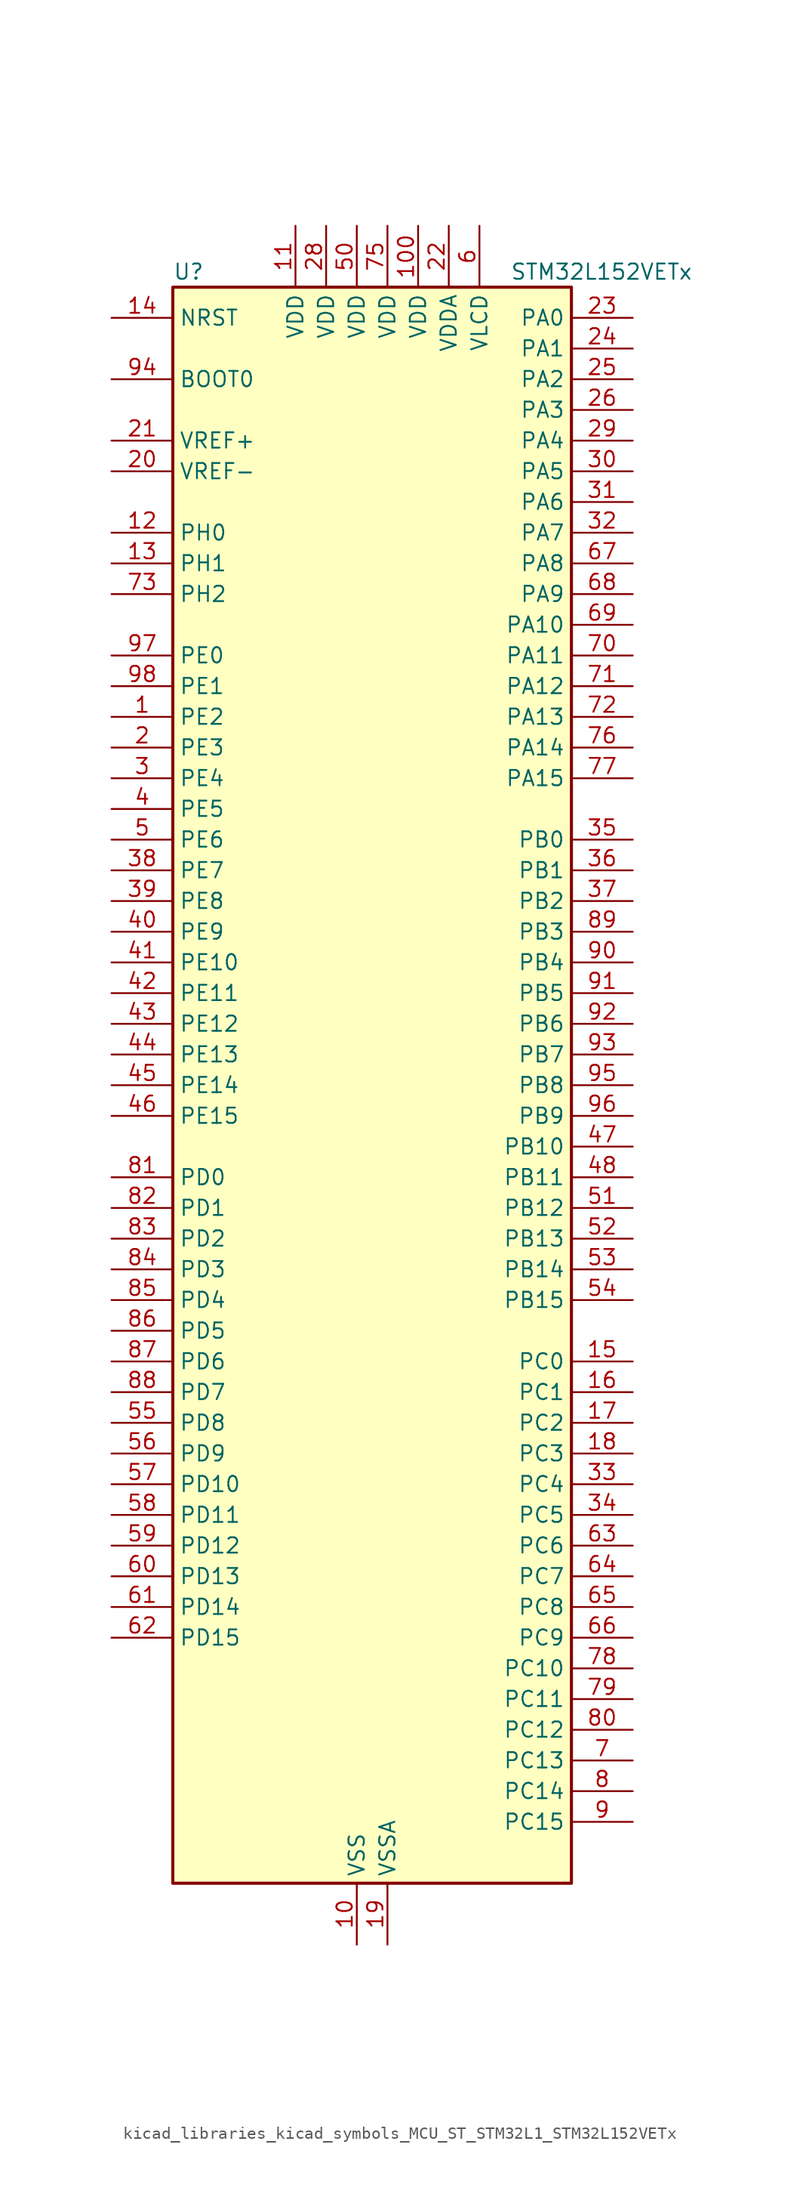
<source format=kicad_sym>
(kicad_symbol_lib
  (version 20220914)
  (generator kicad_symbol_editor)
  (symbol "kicad_libraries_kicad_symbols_MCU_ST_STM32L1_STM32L152VETx"
    (property "Reference" "U"
      (at -15.24 67.31 0)
      (effects (font (size 1.27 1.27)) (justify left)))
    (property "Value" "STM32L152VETx"
      (at 12.7 67.31 0)
      (effects (font (size 1.27 1.27)) (justify left)))
    (property "ki_locked" ""
      (at 0 0 0)
      (effects (font (size 1.27 1.27))))
    (symbol "kicad_libraries_kicad_symbols_MCU_ST_STM32L1_STM32L152VETx_0_1"
      (rectangle (start -15.24 -66.04) (end 17.78 66.04) (stroke (width 0.254) (type default)) (fill (type background))))
    (symbol "kicad_libraries_kicad_symbols_MCU_ST_STM32L1_STM32L152VETx_1_1"
      (pin bidirectional line (at -20.32 30.48 0) (length 5.08) (name "PE2" (effects (font (size 1.27 1.27)))) (number "1" (effects (font (size 1.27 1.27)))) (alternate "LCD_SEG38" bidirectional line) (alternate "SYS_TRACECK" bidirectional line) (alternate "TIM3_ETR" bidirectional line) (alternate "TIMX_IC3" bidirectional line))
      (pin power_in line (at 0 -71.12 90) (length 5.08) (name "VSS" (effects (font (size 1.27 1.27)))) (number "10" (effects (font (size 1.27 1.27)))))
      (pin power_in line (at 5.08 71.12 270) (length 5.08) (name "VDD" (effects (font (size 1.27 1.27)))) (number "100" (effects (font (size 1.27 1.27)))))
      (pin power_in line (at -5.08 71.12 270) (length 5.08) (name "VDD" (effects (font (size 1.27 1.27)))) (number "11" (effects (font (size 1.27 1.27)))))
      (pin bidirectional line (at -20.32 45.72 0) (length 5.08) (name "PH0" (effects (font (size 1.27 1.27)))) (number "12" (effects (font (size 1.27 1.27)))) (alternate "RCC_OSC_IN" bidirectional line))
      (pin bidirectional line (at -20.32 43.18 0) (length 5.08) (name "PH1" (effects (font (size 1.27 1.27)))) (number "13" (effects (font (size 1.27 1.27)))) (alternate "RCC_OSC_OUT" bidirectional line))
      (pin input line (at -20.32 63.5 0) (length 5.08) (name "NRST" (effects (font (size 1.27 1.27)))) (number "14" (effects (font (size 1.27 1.27)))))
      (pin bidirectional line (at 22.86 -22.86 180) (length 5.08) (name "PC0" (effects (font (size 1.27 1.27)))) (number "15" (effects (font (size 1.27 1.27)))) (alternate "ADC_IN10" bidirectional line) (alternate "COMP1_INP" bidirectional line) (alternate "LCD_SEG18" bidirectional line) (alternate "TIMX_IC1" bidirectional line) (alternate "TS_G8_IO1" bidirectional line))
      (pin bidirectional line (at 22.86 -25.4 180) (length 5.08) (name "PC1" (effects (font (size 1.27 1.27)))) (number "16" (effects (font (size 1.27 1.27)))) (alternate "ADC_IN11" bidirectional line) (alternate "COMP1_INP" bidirectional line) (alternate "LCD_SEG19" bidirectional line) (alternate "TIMX_IC2" bidirectional line) (alternate "TS_G8_IO2" bidirectional line))
      (pin bidirectional line (at 22.86 -27.94 180) (length 5.08) (name "PC2" (effects (font (size 1.27 1.27)))) (number "17" (effects (font (size 1.27 1.27)))) (alternate "ADC_IN12" bidirectional line) (alternate "COMP1_INP" bidirectional line) (alternate "LCD_SEG20" bidirectional line) (alternate "TIMX_IC3" bidirectional line) (alternate "TS_G8_IO3" bidirectional line))
      (pin bidirectional line (at 22.86 -30.48 180) (length 5.08) (name "PC3" (effects (font (size 1.27 1.27)))) (number "18" (effects (font (size 1.27 1.27)))) (alternate "ADC_IN13" bidirectional line) (alternate "COMP1_INP" bidirectional line) (alternate "LCD_SEG21" bidirectional line) (alternate "TIMX_IC4" bidirectional line) (alternate "TS_G8_IO4" bidirectional line))
      (pin power_in line (at 2.54 -71.12 90) (length 5.08) (name "VSSA" (effects (font (size 1.27 1.27)))) (number "19" (effects (font (size 1.27 1.27)))))
      (pin bidirectional line (at -20.32 27.94 0) (length 5.08) (name "PE3" (effects (font (size 1.27 1.27)))) (number "2" (effects (font (size 1.27 1.27)))) (alternate "LCD_SEG39" bidirectional line) (alternate "SYS_TRACED0" bidirectional line) (alternate "TIM3_CH1" bidirectional line) (alternate "TIMX_IC4" bidirectional line))
      (pin input line (at -20.32 50.8 0) (length 5.08) (name "VREF-" (effects (font (size 1.27 1.27)))) (number "20" (effects (font (size 1.27 1.27)))))
      (pin input line (at -20.32 53.34 0) (length 5.08) (name "VREF+" (effects (font (size 1.27 1.27)))) (number "21" (effects (font (size 1.27 1.27)))))
      (pin power_in line (at 7.62 71.12 270) (length 5.08) (name "VDDA" (effects (font (size 1.27 1.27)))) (number "22" (effects (font (size 1.27 1.27)))))
      (pin bidirectional line (at 22.86 63.5 180) (length 5.08) (name "PA0" (effects (font (size 1.27 1.27)))) (number "23" (effects (font (size 1.27 1.27)))) (alternate "ADC_IN0" bidirectional line) (alternate "COMP1_INP" bidirectional line) (alternate "RTC_TAMP2" bidirectional line) (alternate "SYS_WKUP1" bidirectional line) (alternate "TIM2_CH1" bidirectional line) (alternate "TIM2_ETR" bidirectional line) (alternate "TIM5_CH1" bidirectional line) (alternate "TIMX_IC1" bidirectional line) (alternate "TS_G1_IO1" bidirectional line) (alternate "USART2_CTS" bidirectional line))
      (pin bidirectional line (at 22.86 60.96 180) (length 5.08) (name "PA1" (effects (font (size 1.27 1.27)))) (number "24" (effects (font (size 1.27 1.27)))) (alternate "ADC_IN1" bidirectional line) (alternate "COMP1_INP" bidirectional line) (alternate "LCD_SEG0" bidirectional line) (alternate "OPAMP1_VINP" bidirectional line) (alternate "TIM2_CH2" bidirectional line) (alternate "TIM5_CH2" bidirectional line) (alternate "TIMX_IC2" bidirectional line) (alternate "TS_G1_IO2" bidirectional line) (alternate "USART2_RTS" bidirectional line))
      (pin bidirectional line (at 22.86 58.42 180) (length 5.08) (name "PA2" (effects (font (size 1.27 1.27)))) (number "25" (effects (font (size 1.27 1.27)))) (alternate "ADC_IN2" bidirectional line) (alternate "COMP1_INP" bidirectional line) (alternate "LCD_SEG1" bidirectional line) (alternate "OPAMP1_VINM" bidirectional line) (alternate "TIM2_CH3" bidirectional line) (alternate "TIM5_CH3" bidirectional line) (alternate "TIM9_CH1" bidirectional line) (alternate "TIMX_IC3" bidirectional line) (alternate "TS_G1_IO3" bidirectional line) (alternate "USART2_TX" bidirectional line))
      (pin bidirectional line (at 22.86 55.88 180) (length 5.08) (name "PA3" (effects (font (size 1.27 1.27)))) (number "26" (effects (font (size 1.27 1.27)))) (alternate "ADC_IN3" bidirectional line) (alternate "COMP1_INP" bidirectional line) (alternate "LCD_SEG2" bidirectional line) (alternate "OPAMP1_VOUT" bidirectional line) (alternate "TIM2_CH4" bidirectional line) (alternate "TIM5_CH4" bidirectional line) (alternate "TIM9_CH2" bidirectional line) (alternate "TIMX_IC4" bidirectional line) (alternate "TS_G1_IO4" bidirectional line) (alternate "USART2_RX" bidirectional line))
      (pin passive line (at 0 -71.12 90) (length 5.08) hide (name "VSS" (effects (font (size 1.27 1.27)))) (number "27" (effects (font (size 1.27 1.27)))))
      (pin power_in line (at -2.54 71.12 270) (length 5.08) (name "VDD" (effects (font (size 1.27 1.27)))) (number "28" (effects (font (size 1.27 1.27)))))
      (pin bidirectional line (at 22.86 53.34 180) (length 5.08) (name "PA4" (effects (font (size 1.27 1.27)))) (number "29" (effects (font (size 1.27 1.27)))) (alternate "ADC_IN4" bidirectional line) (alternate "COMP1_INP" bidirectional line) (alternate "DAC_OUT1" bidirectional line) (alternate "I2S3_WS" bidirectional line) (alternate "SPI1_NSS" bidirectional line) (alternate "SPI3_NSS" bidirectional line) (alternate "TIMX_IC1" bidirectional line) (alternate "USART2_CK" bidirectional line))
      (pin bidirectional line (at -20.32 25.4 0) (length 5.08) (name "PE4" (effects (font (size 1.27 1.27)))) (number "3" (effects (font (size 1.27 1.27)))) (alternate "SYS_TRACED1" bidirectional line) (alternate "TIM3_CH2" bidirectional line) (alternate "TIMX_IC1" bidirectional line))
      (pin bidirectional line (at 22.86 50.8 180) (length 5.08) (name "PA5" (effects (font (size 1.27 1.27)))) (number "30" (effects (font (size 1.27 1.27)))) (alternate "ADC_IN5" bidirectional line) (alternate "COMP1_INP" bidirectional line) (alternate "DAC_OUT2" bidirectional line) (alternate "SPI1_SCK" bidirectional line) (alternate "TIM2_CH1" bidirectional line) (alternate "TIM2_ETR" bidirectional line) (alternate "TIMX_IC2" bidirectional line))
      (pin bidirectional line (at 22.86 48.26 180) (length 5.08) (name "PA6" (effects (font (size 1.27 1.27)))) (number "31" (effects (font (size 1.27 1.27)))) (alternate "ADC_IN6" bidirectional line) (alternate "COMP1_INP" bidirectional line) (alternate "LCD_SEG3" bidirectional line) (alternate "OPAMP2_VINP" bidirectional line) (alternate "SPI1_MISO" bidirectional line) (alternate "TIM10_CH1" bidirectional line) (alternate "TIM3_CH1" bidirectional line) (alternate "TIMX_IC3" bidirectional line) (alternate "TS_G2_IO1" bidirectional line))
      (pin bidirectional line (at 22.86 45.72 180) (length 5.08) (name "PA7" (effects (font (size 1.27 1.27)))) (number "32" (effects (font (size 1.27 1.27)))) (alternate "ADC_IN7" bidirectional line) (alternate "COMP1_INP" bidirectional line) (alternate "LCD_SEG4" bidirectional line) (alternate "OPAMP2_VINM" bidirectional line) (alternate "SPI1_MOSI" bidirectional line) (alternate "TIM11_CH1" bidirectional line) (alternate "TIM3_CH2" bidirectional line) (alternate "TIMX_IC4" bidirectional line) (alternate "TS_G2_IO2" bidirectional line))
      (pin bidirectional line (at 22.86 -33.02 180) (length 5.08) (name "PC4" (effects (font (size 1.27 1.27)))) (number "33" (effects (font (size 1.27 1.27)))) (alternate "ADC_IN14" bidirectional line) (alternate "COMP1_INP" bidirectional line) (alternate "LCD_SEG22" bidirectional line) (alternate "TIMX_IC1" bidirectional line) (alternate "TS_G9_IO1" bidirectional line))
      (pin bidirectional line (at 22.86 -35.56 180) (length 5.08) (name "PC5" (effects (font (size 1.27 1.27)))) (number "34" (effects (font (size 1.27 1.27)))) (alternate "ADC_IN15" bidirectional line) (alternate "COMP1_INP" bidirectional line) (alternate "LCD_SEG23" bidirectional line) (alternate "TIMX_IC2" bidirectional line) (alternate "TS_G9_IO2" bidirectional line))
      (pin bidirectional line (at 22.86 20.32 180) (length 5.08) (name "PB0" (effects (font (size 1.27 1.27)))) (number "35" (effects (font (size 1.27 1.27)))) (alternate "ADC_IN8" bidirectional line) (alternate "COMP1_INP" bidirectional line) (alternate "LCD_SEG5" bidirectional line) (alternate "OPAMP2_VOUT" bidirectional line) (alternate "SYS_V_REF_OUT" bidirectional line) (alternate "TIM3_CH3" bidirectional line) (alternate "TS_G3_IO1" bidirectional line))
      (pin bidirectional line (at 22.86 17.78 180) (length 5.08) (name "PB1" (effects (font (size 1.27 1.27)))) (number "36" (effects (font (size 1.27 1.27)))) (alternate "ADC_IN9" bidirectional line) (alternate "COMP1_INP" bidirectional line) (alternate "LCD_SEG6" bidirectional line) (alternate "SYS_V_REF_OUT" bidirectional line) (alternate "TIM3_CH4" bidirectional line) (alternate "TS_G3_IO2" bidirectional line))
      (pin bidirectional line (at 22.86 15.24 180) (length 5.08) (name "PB2" (effects (font (size 1.27 1.27)))) (number "37" (effects (font (size 1.27 1.27)))) (alternate "ADC_IN0b" bidirectional line) (alternate "TS_G3_IO3" bidirectional line))
      (pin bidirectional line (at -20.32 17.78 0) (length 5.08) (name "PE7" (effects (font (size 1.27 1.27)))) (number "38" (effects (font (size 1.27 1.27)))) (alternate "ADC_IN22" bidirectional line) (alternate "COMP1_INP" bidirectional line) (alternate "TIMX_IC4" bidirectional line))
      (pin bidirectional line (at -20.32 15.24 0) (length 5.08) (name "PE8" (effects (font (size 1.27 1.27)))) (number "39" (effects (font (size 1.27 1.27)))) (alternate "ADC_IN23" bidirectional line) (alternate "COMP1_INP" bidirectional line) (alternate "TIMX_IC1" bidirectional line))
      (pin bidirectional line (at -20.32 22.86 0) (length 5.08) (name "PE5" (effects (font (size 1.27 1.27)))) (number "4" (effects (font (size 1.27 1.27)))) (alternate "SYS_TRACED2" bidirectional line) (alternate "TIM9_CH1" bidirectional line) (alternate "TIMX_IC2" bidirectional line))
      (pin bidirectional line (at -20.32 12.7 0) (length 5.08) (name "PE9" (effects (font (size 1.27 1.27)))) (number "40" (effects (font (size 1.27 1.27)))) (alternate "ADC_IN24" bidirectional line) (alternate "COMP1_INP" bidirectional line) (alternate "DAC_EXTI9" bidirectional line) (alternate "TIM2_CH1" bidirectional line) (alternate "TIM2_ETR" bidirectional line) (alternate "TIMX_IC2" bidirectional line))
      (pin bidirectional line (at -20.32 10.16 0) (length 5.08) (name "PE10" (effects (font (size 1.27 1.27)))) (number "41" (effects (font (size 1.27 1.27)))) (alternate "ADC_IN25" bidirectional line) (alternate "COMP1_INP" bidirectional line) (alternate "TIM2_CH2" bidirectional line) (alternate "TIMX_IC3" bidirectional line))
      (pin bidirectional line (at -20.32 7.62 0) (length 5.08) (name "PE11" (effects (font (size 1.27 1.27)))) (number "42" (effects (font (size 1.27 1.27)))) (alternate "ADC_EXTI11" bidirectional line) (alternate "TIM2_CH3" bidirectional line) (alternate "TIMX_IC4" bidirectional line))
      (pin bidirectional line (at -20.32 5.08 0) (length 5.08) (name "PE12" (effects (font (size 1.27 1.27)))) (number "43" (effects (font (size 1.27 1.27)))) (alternate "SPI1_NSS" bidirectional line) (alternate "TIM2_CH4" bidirectional line) (alternate "TIMX_IC1" bidirectional line))
      (pin bidirectional line (at -20.32 2.54 0) (length 5.08) (name "PE13" (effects (font (size 1.27 1.27)))) (number "44" (effects (font (size 1.27 1.27)))) (alternate "SPI1_SCK" bidirectional line) (alternate "TIMX_IC2" bidirectional line))
      (pin bidirectional line (at -20.32 0 0) (length 5.08) (name "PE14" (effects (font (size 1.27 1.27)))) (number "45" (effects (font (size 1.27 1.27)))) (alternate "SPI1_MISO" bidirectional line) (alternate "TIMX_IC3" bidirectional line))
      (pin bidirectional line (at -20.32 -2.54 0) (length 5.08) (name "PE15" (effects (font (size 1.27 1.27)))) (number "46" (effects (font (size 1.27 1.27)))) (alternate "ADC_EXTI15" bidirectional line) (alternate "SPI1_MOSI" bidirectional line) (alternate "TIMX_IC4" bidirectional line))
      (pin bidirectional line (at 22.86 -5.08 180) (length 5.08) (name "PB10" (effects (font (size 1.27 1.27)))) (number "47" (effects (font (size 1.27 1.27)))) (alternate "I2C2_SCL" bidirectional line) (alternate "LCD_SEG10" bidirectional line) (alternate "TIM2_CH3" bidirectional line) (alternate "USART3_TX" bidirectional line))
      (pin bidirectional line (at 22.86 -7.62 180) (length 5.08) (name "PB11" (effects (font (size 1.27 1.27)))) (number "48" (effects (font (size 1.27 1.27)))) (alternate "ADC_EXTI11" bidirectional line) (alternate "I2C2_SDA" bidirectional line) (alternate "LCD_SEG11" bidirectional line) (alternate "TIM2_CH4" bidirectional line) (alternate "USART3_RX" bidirectional line))
      (pin passive line (at 0 -71.12 90) (length 5.08) hide (name "VSS" (effects (font (size 1.27 1.27)))) (number "49" (effects (font (size 1.27 1.27)))))
      (pin bidirectional line (at -20.32 20.32 0) (length 5.08) (name "PE6" (effects (font (size 1.27 1.27)))) (number "5" (effects (font (size 1.27 1.27)))) (alternate "RTC_TAMP3" bidirectional line) (alternate "SYS_TRACED3" bidirectional line) (alternate "SYS_WKUP3" bidirectional line) (alternate "TIM9_CH2" bidirectional line) (alternate "TIMX_IC3" bidirectional line))
      (pin power_in line (at 0 71.12 270) (length 5.08) (name "VDD" (effects (font (size 1.27 1.27)))) (number "50" (effects (font (size 1.27 1.27)))))
      (pin bidirectional line (at 22.86 -10.16 180) (length 5.08) (name "PB12" (effects (font (size 1.27 1.27)))) (number "51" (effects (font (size 1.27 1.27)))) (alternate "ADC_IN18" bidirectional line) (alternate "COMP1_INP" bidirectional line) (alternate "I2C2_SMBA" bidirectional line) (alternate "I2S2_WS" bidirectional line) (alternate "LCD_SEG12" bidirectional line) (alternate "SPI2_NSS" bidirectional line) (alternate "TIM10_CH1" bidirectional line) (alternate "TS_G7_IO1" bidirectional line) (alternate "USART3_CK" bidirectional line))
      (pin bidirectional line (at 22.86 -12.7 180) (length 5.08) (name "PB13" (effects (font (size 1.27 1.27)))) (number "52" (effects (font (size 1.27 1.27)))) (alternate "ADC_IN19" bidirectional line) (alternate "COMP1_INP" bidirectional line) (alternate "I2S2_CK" bidirectional line) (alternate "LCD_SEG13" bidirectional line) (alternate "SPI2_SCK" bidirectional line) (alternate "TIM9_CH1" bidirectional line) (alternate "TS_G7_IO2" bidirectional line) (alternate "USART3_CTS" bidirectional line))
      (pin bidirectional line (at 22.86 -15.24 180) (length 5.08) (name "PB14" (effects (font (size 1.27 1.27)))) (number "53" (effects (font (size 1.27 1.27)))) (alternate "ADC_IN20" bidirectional line) (alternate "COMP1_INP" bidirectional line) (alternate "LCD_SEG14" bidirectional line) (alternate "SPI2_MISO" bidirectional line) (alternate "TIM9_CH2" bidirectional line) (alternate "TS_G7_IO3" bidirectional line) (alternate "USART3_RTS" bidirectional line))
      (pin bidirectional line (at 22.86 -17.78 180) (length 5.08) (name "PB15" (effects (font (size 1.27 1.27)))) (number "54" (effects (font (size 1.27 1.27)))) (alternate "ADC_EXTI15" bidirectional line) (alternate "ADC_IN21" bidirectional line) (alternate "COMP1_INP" bidirectional line) (alternate "I2S2_SD" bidirectional line) (alternate "LCD_SEG15" bidirectional line) (alternate "RTC_REFIN" bidirectional line) (alternate "SPI2_MOSI" bidirectional line) (alternate "TIM11_CH1" bidirectional line) (alternate "TS_G7_IO4" bidirectional line))
      (pin bidirectional line (at -20.32 -27.94 0) (length 5.08) (name "PD8" (effects (font (size 1.27 1.27)))) (number "55" (effects (font (size 1.27 1.27)))) (alternate "LCD_SEG28" bidirectional line) (alternate "TIMX_IC1" bidirectional line) (alternate "USART3_TX" bidirectional line))
      (pin bidirectional line (at -20.32 -30.48 0) (length 5.08) (name "PD9" (effects (font (size 1.27 1.27)))) (number "56" (effects (font (size 1.27 1.27)))) (alternate "DAC_EXTI9" bidirectional line) (alternate "LCD_SEG29" bidirectional line) (alternate "TIMX_IC2" bidirectional line) (alternate "USART3_RX" bidirectional line))
      (pin bidirectional line (at -20.32 -33.02 0) (length 5.08) (name "PD10" (effects (font (size 1.27 1.27)))) (number "57" (effects (font (size 1.27 1.27)))) (alternate "LCD_SEG30" bidirectional line) (alternate "TIMX_IC3" bidirectional line) (alternate "USART3_CK" bidirectional line))
      (pin bidirectional line (at -20.32 -35.56 0) (length 5.08) (name "PD11" (effects (font (size 1.27 1.27)))) (number "58" (effects (font (size 1.27 1.27)))) (alternate "ADC_EXTI11" bidirectional line) (alternate "LCD_SEG31" bidirectional line) (alternate "TIMX_IC4" bidirectional line) (alternate "USART3_CTS" bidirectional line))
      (pin bidirectional line (at -20.32 -38.1 0) (length 5.08) (name "PD12" (effects (font (size 1.27 1.27)))) (number "59" (effects (font (size 1.27 1.27)))) (alternate "LCD_SEG32" bidirectional line) (alternate "TIM4_CH1" bidirectional line) (alternate "TIMX_IC1" bidirectional line) (alternate "USART3_RTS" bidirectional line))
      (pin power_in line (at 10.16 71.12 270) (length 5.08) (name "VLCD" (effects (font (size 1.27 1.27)))) (number "6" (effects (font (size 1.27 1.27)))))
      (pin bidirectional line (at -20.32 -40.64 0) (length 5.08) (name "PD13" (effects (font (size 1.27 1.27)))) (number "60" (effects (font (size 1.27 1.27)))) (alternate "LCD_SEG33" bidirectional line) (alternate "TIM4_CH2" bidirectional line) (alternate "TIMX_IC2" bidirectional line))
      (pin bidirectional line (at -20.32 -43.18 0) (length 5.08) (name "PD14" (effects (font (size 1.27 1.27)))) (number "61" (effects (font (size 1.27 1.27)))) (alternate "LCD_SEG34" bidirectional line) (alternate "TIM4_CH3" bidirectional line) (alternate "TIMX_IC3" bidirectional line))
      (pin bidirectional line (at -20.32 -45.72 0) (length 5.08) (name "PD15" (effects (font (size 1.27 1.27)))) (number "62" (effects (font (size 1.27 1.27)))) (alternate "ADC_EXTI15" bidirectional line) (alternate "LCD_SEG35" bidirectional line) (alternate "TIM4_CH4" bidirectional line) (alternate "TIMX_IC4" bidirectional line))
      (pin bidirectional line (at 22.86 -38.1 180) (length 5.08) (name "PC6" (effects (font (size 1.27 1.27)))) (number "63" (effects (font (size 1.27 1.27)))) (alternate "I2S2_MCK" bidirectional line) (alternate "LCD_SEG24" bidirectional line) (alternate "TIM3_CH1" bidirectional line) (alternate "TIMX_IC3" bidirectional line) (alternate "TS_G10_IO1" bidirectional line))
      (pin bidirectional line (at 22.86 -40.64 180) (length 5.08) (name "PC7" (effects (font (size 1.27 1.27)))) (number "64" (effects (font (size 1.27 1.27)))) (alternate "I2S3_MCK" bidirectional line) (alternate "LCD_SEG25" bidirectional line) (alternate "TIM3_CH2" bidirectional line) (alternate "TIMX_IC4" bidirectional line) (alternate "TS_G10_IO2" bidirectional line))
      (pin bidirectional line (at 22.86 -43.18 180) (length 5.08) (name "PC8" (effects (font (size 1.27 1.27)))) (number "65" (effects (font (size 1.27 1.27)))) (alternate "LCD_SEG26" bidirectional line) (alternate "TIM3_CH3" bidirectional line) (alternate "TIMX_IC1" bidirectional line) (alternate "TS_G10_IO3" bidirectional line))
      (pin bidirectional line (at 22.86 -45.72 180) (length 5.08) (name "PC9" (effects (font (size 1.27 1.27)))) (number "66" (effects (font (size 1.27 1.27)))) (alternate "DAC_EXTI9" bidirectional line) (alternate "LCD_SEG27" bidirectional line) (alternate "TIM3_CH4" bidirectional line) (alternate "TIMX_IC2" bidirectional line) (alternate "TS_G10_IO4" bidirectional line))
      (pin bidirectional line (at 22.86 43.18 180) (length 5.08) (name "PA8" (effects (font (size 1.27 1.27)))) (number "67" (effects (font (size 1.27 1.27)))) (alternate "LCD_COM0" bidirectional line) (alternate "RCC_MCO" bidirectional line) (alternate "TIMX_IC1" bidirectional line) (alternate "TS_G4_IO1" bidirectional line) (alternate "USART1_CK" bidirectional line))
      (pin bidirectional line (at 22.86 40.64 180) (length 5.08) (name "PA9" (effects (font (size 1.27 1.27)))) (number "68" (effects (font (size 1.27 1.27)))) (alternate "DAC_EXTI9" bidirectional line) (alternate "LCD_COM1" bidirectional line) (alternate "TIMX_IC2" bidirectional line) (alternate "TS_G4_IO2" bidirectional line) (alternate "USART1_TX" bidirectional line))
      (pin bidirectional line (at 22.86 38.1 180) (length 5.08) (name "PA10" (effects (font (size 1.27 1.27)))) (number "69" (effects (font (size 1.27 1.27)))) (alternate "LCD_COM2" bidirectional line) (alternate "TIMX_IC3" bidirectional line) (alternate "TS_G4_IO3" bidirectional line) (alternate "USART1_RX" bidirectional line))
      (pin bidirectional line (at 22.86 -55.88 180) (length 5.08) (name "PC13" (effects (font (size 1.27 1.27)))) (number "7" (effects (font (size 1.27 1.27)))) (alternate "RTC_OUT_ALARM" bidirectional line) (alternate "RTC_OUT_CALIB" bidirectional line) (alternate "RTC_TAMP1" bidirectional line) (alternate "RTC_TS" bidirectional line) (alternate "SYS_WKUP2" bidirectional line) (alternate "TIMX_IC2" bidirectional line))
      (pin bidirectional line (at 22.86 35.56 180) (length 5.08) (name "PA11" (effects (font (size 1.27 1.27)))) (number "70" (effects (font (size 1.27 1.27)))) (alternate "ADC_EXTI11" bidirectional line) (alternate "SPI1_MISO" bidirectional line) (alternate "TIMX_IC4" bidirectional line) (alternate "USART1_CTS" bidirectional line) (alternate "USB_DM" bidirectional line))
      (pin bidirectional line (at 22.86 33.02 180) (length 5.08) (name "PA12" (effects (font (size 1.27 1.27)))) (number "71" (effects (font (size 1.27 1.27)))) (alternate "SPI1_MOSI" bidirectional line) (alternate "TIMX_IC1" bidirectional line) (alternate "USART1_RTS" bidirectional line) (alternate "USB_DP" bidirectional line))
      (pin bidirectional line (at 22.86 30.48 180) (length 5.08) (name "PA13" (effects (font (size 1.27 1.27)))) (number "72" (effects (font (size 1.27 1.27)))) (alternate "SYS_JTMS-SWDIO" bidirectional line) (alternate "TIMX_IC2" bidirectional line) (alternate "TS_G5_IO1" bidirectional line))
      (pin bidirectional line (at -20.32 40.64 0) (length 5.08) (name "PH2" (effects (font (size 1.27 1.27)))) (number "73" (effects (font (size 1.27 1.27)))))
      (pin passive line (at 0 -71.12 90) (length 5.08) hide (name "VSS" (effects (font (size 1.27 1.27)))) (number "74" (effects (font (size 1.27 1.27)))))
      (pin power_in line (at 2.54 71.12 270) (length 5.08) (name "VDD" (effects (font (size 1.27 1.27)))) (number "75" (effects (font (size 1.27 1.27)))))
      (pin bidirectional line (at 22.86 27.94 180) (length 5.08) (name "PA14" (effects (font (size 1.27 1.27)))) (number "76" (effects (font (size 1.27 1.27)))) (alternate "SYS_JTCK-SWCLK" bidirectional line) (alternate "TIMX_IC3" bidirectional line) (alternate "TS_G5_IO2" bidirectional line))
      (pin bidirectional line (at 22.86 25.4 180) (length 5.08) (name "PA15" (effects (font (size 1.27 1.27)))) (number "77" (effects (font (size 1.27 1.27)))) (alternate "ADC_EXTI15" bidirectional line) (alternate "I2S3_WS" bidirectional line) (alternate "LCD_SEG17" bidirectional line) (alternate "SPI1_NSS" bidirectional line) (alternate "SPI3_NSS" bidirectional line) (alternate "SYS_JTDI" bidirectional line) (alternate "TIM2_CH1" bidirectional line) (alternate "TIM2_ETR" bidirectional line) (alternate "TIMX_IC4" bidirectional line) (alternate "TS_G5_IO3" bidirectional line))
      (pin bidirectional line (at 22.86 -48.26 180) (length 5.08) (name "PC10" (effects (font (size 1.27 1.27)))) (number "78" (effects (font (size 1.27 1.27)))) (alternate "I2S3_CK" bidirectional line) (alternate "LCD_COM4" bidirectional line) (alternate "LCD_SEG28" bidirectional line) (alternate "LCD_SEG40" bidirectional line) (alternate "SPI3_SCK" bidirectional line) (alternate "TIMX_IC3" bidirectional line) (alternate "UART4_TX" bidirectional line) (alternate "USART3_TX" bidirectional line))
      (pin bidirectional line (at 22.86 -50.8 180) (length 5.08) (name "PC11" (effects (font (size 1.27 1.27)))) (number "79" (effects (font (size 1.27 1.27)))) (alternate "ADC_EXTI11" bidirectional line) (alternate "LCD_COM5" bidirectional line) (alternate "LCD_SEG29" bidirectional line) (alternate "LCD_SEG41" bidirectional line) (alternate "SPI3_MISO" bidirectional line) (alternate "TIMX_IC4" bidirectional line) (alternate "UART4_RX" bidirectional line) (alternate "USART3_RX" bidirectional line))
      (pin bidirectional line (at 22.86 -58.42 180) (length 5.08) (name "PC14" (effects (font (size 1.27 1.27)))) (number "8" (effects (font (size 1.27 1.27)))) (alternate "RCC_OSC32_IN" bidirectional line) (alternate "TIMX_IC3" bidirectional line))
      (pin bidirectional line (at 22.86 -53.34 180) (length 5.08) (name "PC12" (effects (font (size 1.27 1.27)))) (number "80" (effects (font (size 1.27 1.27)))) (alternate "I2S3_SD" bidirectional line) (alternate "LCD_COM6" bidirectional line) (alternate "LCD_SEG30" bidirectional line) (alternate "LCD_SEG42" bidirectional line) (alternate "SPI3_MOSI" bidirectional line) (alternate "TIMX_IC1" bidirectional line) (alternate "UART5_TX" bidirectional line) (alternate "USART3_CK" bidirectional line))
      (pin bidirectional line (at -20.32 -7.62 0) (length 5.08) (name "PD0" (effects (font (size 1.27 1.27)))) (number "81" (effects (font (size 1.27 1.27)))) (alternate "I2S2_WS" bidirectional line) (alternate "SPI2_NSS" bidirectional line) (alternate "TIM9_CH1" bidirectional line) (alternate "TIMX_IC1" bidirectional line))
      (pin bidirectional line (at -20.32 -10.16 0) (length 5.08) (name "PD1" (effects (font (size 1.27 1.27)))) (number "82" (effects (font (size 1.27 1.27)))) (alternate "I2S2_CK" bidirectional line) (alternate "SPI2_SCK" bidirectional line) (alternate "TIMX_IC2" bidirectional line))
      (pin bidirectional line (at -20.32 -12.7 0) (length 5.08) (name "PD2" (effects (font (size 1.27 1.27)))) (number "83" (effects (font (size 1.27 1.27)))) (alternate "LCD_COM7" bidirectional line) (alternate "LCD_SEG31" bidirectional line) (alternate "LCD_SEG43" bidirectional line) (alternate "TIM3_ETR" bidirectional line) (alternate "TIMX_IC3" bidirectional line) (alternate "UART5_RX" bidirectional line))
      (pin bidirectional line (at -20.32 -15.24 0) (length 5.08) (name "PD3" (effects (font (size 1.27 1.27)))) (number "84" (effects (font (size 1.27 1.27)))) (alternate "SPI2_MISO" bidirectional line) (alternate "TIMX_IC4" bidirectional line) (alternate "USART2_CTS" bidirectional line))
      (pin bidirectional line (at -20.32 -17.78 0) (length 5.08) (name "PD4" (effects (font (size 1.27 1.27)))) (number "85" (effects (font (size 1.27 1.27)))) (alternate "I2S2_SD" bidirectional line) (alternate "SPI2_MOSI" bidirectional line) (alternate "TIMX_IC1" bidirectional line) (alternate "USART2_RTS" bidirectional line))
      (pin bidirectional line (at -20.32 -20.32 0) (length 5.08) (name "PD5" (effects (font (size 1.27 1.27)))) (number "86" (effects (font (size 1.27 1.27)))) (alternate "TIMX_IC2" bidirectional line) (alternate "USART2_TX" bidirectional line))
      (pin bidirectional line (at -20.32 -22.86 0) (length 5.08) (name "PD6" (effects (font (size 1.27 1.27)))) (number "87" (effects (font (size 1.27 1.27)))) (alternate "TIMX_IC3" bidirectional line) (alternate "USART2_RX" bidirectional line))
      (pin bidirectional line (at -20.32 -25.4 0) (length 5.08) (name "PD7" (effects (font (size 1.27 1.27)))) (number "88" (effects (font (size 1.27 1.27)))) (alternate "TIM9_CH2" bidirectional line) (alternate "TIMX_IC4" bidirectional line) (alternate "USART2_CK" bidirectional line))
      (pin bidirectional line (at 22.86 12.7 180) (length 5.08) (name "PB3" (effects (font (size 1.27 1.27)))) (number "89" (effects (font (size 1.27 1.27)))) (alternate "COMP2_INM" bidirectional line) (alternate "I2S3_CK" bidirectional line) (alternate "LCD_SEG7" bidirectional line) (alternate "SPI1_SCK" bidirectional line) (alternate "SPI3_SCK" bidirectional line) (alternate "SYS_JTDO-TRACESWO" bidirectional line) (alternate "TIM2_CH2" bidirectional line))
      (pin bidirectional line (at 22.86 -60.96 180) (length 5.08) (name "PC15" (effects (font (size 1.27 1.27)))) (number "9" (effects (font (size 1.27 1.27)))) (alternate "ADC_EXTI15" bidirectional line) (alternate "RCC_OSC32_OUT" bidirectional line) (alternate "TIMX_IC4" bidirectional line))
      (pin bidirectional line (at 22.86 10.16 180) (length 5.08) (name "PB4" (effects (font (size 1.27 1.27)))) (number "90" (effects (font (size 1.27 1.27)))) (alternate "COMP2_INP" bidirectional line) (alternate "LCD_SEG8" bidirectional line) (alternate "SPI1_MISO" bidirectional line) (alternate "SPI3_MISO" bidirectional line) (alternate "SYS_JTRST" bidirectional line) (alternate "TIM3_CH1" bidirectional line) (alternate "TS_G6_IO1" bidirectional line))
      (pin bidirectional line (at 22.86 7.62 180) (length 5.08) (name "PB5" (effects (font (size 1.27 1.27)))) (number "91" (effects (font (size 1.27 1.27)))) (alternate "COMP2_INP" bidirectional line) (alternate "I2C1_SMBA" bidirectional line) (alternate "I2S3_SD" bidirectional line) (alternate "LCD_SEG9" bidirectional line) (alternate "SPI1_MOSI" bidirectional line) (alternate "SPI3_MOSI" bidirectional line) (alternate "TIM3_CH2" bidirectional line) (alternate "TS_G6_IO2" bidirectional line))
      (pin bidirectional line (at 22.86 5.08 180) (length 5.08) (name "PB6" (effects (font (size 1.27 1.27)))) (number "92" (effects (font (size 1.27 1.27)))) (alternate "COMP2_INP" bidirectional line) (alternate "I2C1_SCL" bidirectional line) (alternate "TIM4_CH1" bidirectional line) (alternate "TS_G6_IO3" bidirectional line) (alternate "USART1_TX" bidirectional line))
      (pin bidirectional line (at 22.86 2.54 180) (length 5.08) (name "PB7" (effects (font (size 1.27 1.27)))) (number "93" (effects (font (size 1.27 1.27)))) (alternate "COMP2_INP" bidirectional line) (alternate "I2C1_SDA" bidirectional line) (alternate "SYS_PVD_IN" bidirectional line) (alternate "TIM4_CH2" bidirectional line) (alternate "TS_G6_IO4" bidirectional line) (alternate "USART1_RX" bidirectional line))
      (pin input line (at -20.32 58.42 0) (length 5.08) (name "BOOT0" (effects (font (size 1.27 1.27)))) (number "94" (effects (font (size 1.27 1.27)))))
      (pin bidirectional line (at 22.86 0 180) (length 5.08) (name "PB8" (effects (font (size 1.27 1.27)))) (number "95" (effects (font (size 1.27 1.27)))) (alternate "I2C1_SCL" bidirectional line) (alternate "LCD_SEG16" bidirectional line) (alternate "TIM10_CH1" bidirectional line) (alternate "TIM4_CH3" bidirectional line))
      (pin bidirectional line (at 22.86 -2.54 180) (length 5.08) (name "PB9" (effects (font (size 1.27 1.27)))) (number "96" (effects (font (size 1.27 1.27)))) (alternate "DAC_EXTI9" bidirectional line) (alternate "I2C1_SDA" bidirectional line) (alternate "LCD_COM3" bidirectional line) (alternate "TIM11_CH1" bidirectional line) (alternate "TIM4_CH4" bidirectional line))
      (pin bidirectional line (at -20.32 35.56 0) (length 5.08) (name "PE0" (effects (font (size 1.27 1.27)))) (number "97" (effects (font (size 1.27 1.27)))) (alternate "LCD_SEG36" bidirectional line) (alternate "TIM10_CH1" bidirectional line) (alternate "TIM4_ETR" bidirectional line) (alternate "TIMX_IC1" bidirectional line))
      (pin bidirectional line (at -20.32 33.02 0) (length 5.08) (name "PE1" (effects (font (size 1.27 1.27)))) (number "98" (effects (font (size 1.27 1.27)))) (alternate "LCD_SEG37" bidirectional line) (alternate "TIM11_CH1" bidirectional line) (alternate "TIMX_IC2" bidirectional line))
      (pin passive line (at 0 -71.12 90) (length 5.08) hide (name "VSS" (effects (font (size 1.27 1.27)))) (number "99" (effects (font (size 1.27 1.27))))))))
</source>
